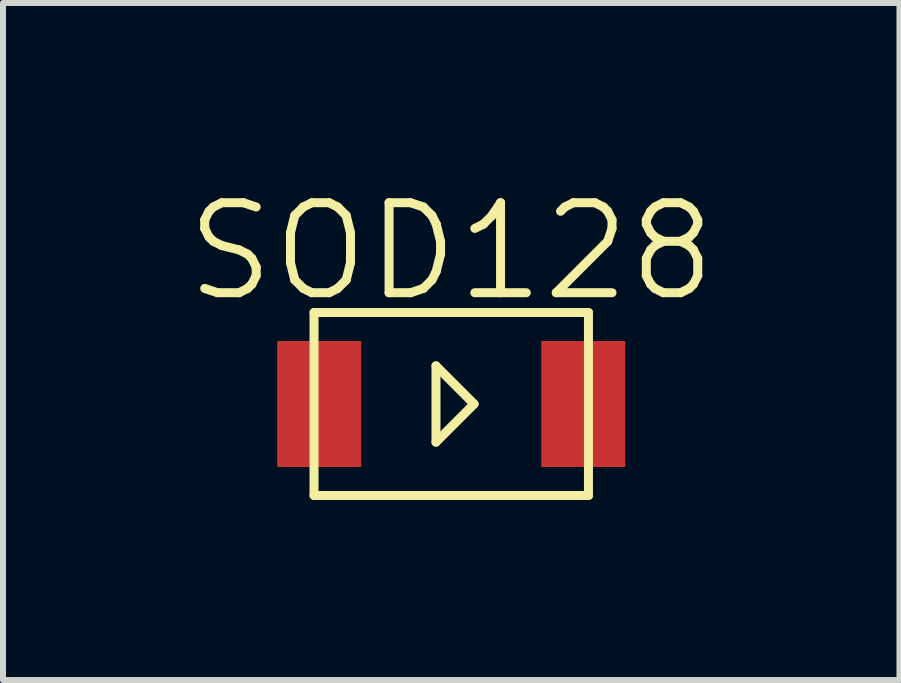
<source format=kicad_pcb>
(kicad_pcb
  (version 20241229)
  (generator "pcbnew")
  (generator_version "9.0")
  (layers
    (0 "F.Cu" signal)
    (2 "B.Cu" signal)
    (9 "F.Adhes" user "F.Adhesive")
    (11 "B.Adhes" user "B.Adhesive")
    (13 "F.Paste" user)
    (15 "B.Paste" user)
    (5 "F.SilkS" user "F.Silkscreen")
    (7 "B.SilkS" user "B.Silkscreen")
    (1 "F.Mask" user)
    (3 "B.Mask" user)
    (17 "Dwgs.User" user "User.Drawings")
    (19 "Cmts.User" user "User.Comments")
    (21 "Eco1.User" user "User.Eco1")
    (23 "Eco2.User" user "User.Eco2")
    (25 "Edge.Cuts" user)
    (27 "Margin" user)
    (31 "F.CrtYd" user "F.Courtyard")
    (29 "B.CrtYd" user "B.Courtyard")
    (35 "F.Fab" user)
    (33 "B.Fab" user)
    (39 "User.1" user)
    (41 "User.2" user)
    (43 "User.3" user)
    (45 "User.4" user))
  (footprint "SOD128"
    (layer "F.Cu")
    (at 4.468 3.681)
    (property "Reference" "SOD128" (at 0 -2.54 0) (layer "F.SilkS") (effects (font (size 1.5 1.5) (thickness 0.15))))
    (attr through_hole)
    (fp_line (start -2.286 -1.524) (end 2.286 -1.524) (stroke (width 0.15) (type solid)) (layer "F.SilkS"))
    (fp_line (start -2.286 1.524) (end -2.286 -1.524) (stroke (width 0.15) (type solid)) (layer "F.SilkS"))
    (fp_line (start -0.254 -0.635) (end 0.381 0) (stroke (width 0.15) (type solid)) (layer "F.SilkS"))
    (fp_line (start -0.254 0.635) (end -0.254 -0.635) (stroke (width 0.15) (type solid)) (layer "F.SilkS"))
    (fp_line (start 0.381 0) (end -0.254 0.635) (stroke (width 0.15) (type solid)) (layer "F.SilkS"))
    (fp_line (start 2.286 -1.524) (end 2.286 1.524) (stroke (width 0.15) (type solid)) (layer "F.SilkS"))
    (fp_line (start 2.286 1.524) (end -2.286 1.524) (stroke (width 0.15) (type solid)) (layer "F.SilkS"))
    (pad "1" smd rect (at -2.2 0) (size 1.4 2.1) (layers "F.Cu" "F.Mask" "F.Paste"))
    (pad "2" smd rect (at 2.2 0) (size 1.4 2.1) (layers "F.Cu" "F.Mask" "F.Paste")))
  (gr_rect
    (start -3 -3)
    (end 11.936 8.28)
    (stroke (width 0.1) (type default))
    (fill no)
    (layer "Edge.Cuts")))
</source>
